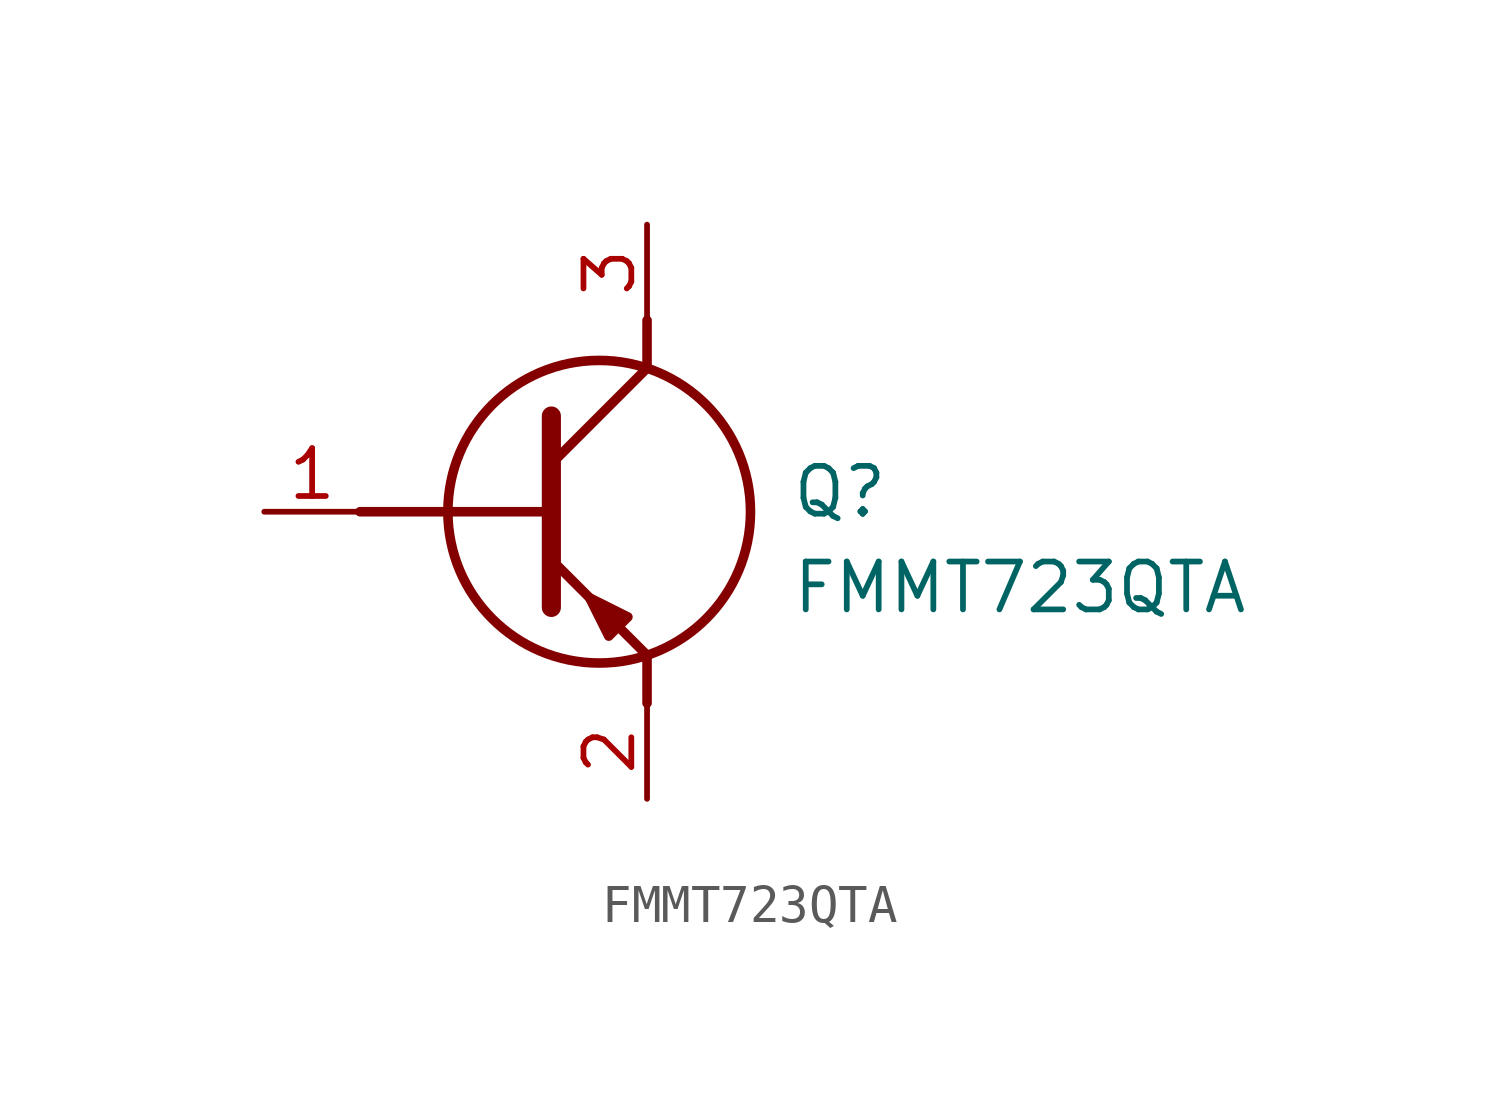
<source format=kicad_sym>
(kicad_symbol_lib
  (version 20211014)
  (generator SamacSys_ECAD_Model)
  (symbol "FMMT723QTA"
    (pin_names hide)
    (property "Reference" "Q"
      (at 13.97 1.27 0)
      (effects (font (size 1.27 1.27)) (justify left top)))
    (property "Value" "FMMT723QTA"
      (at 13.97 -1.27 0)
      (effects (font (size 1.27 1.27)) (justify left top)))
    (polyline
      (pts (xy 7.62 2.54) (xy 7.62 -2.54))
      (stroke (width 0.508) (type default))
      (fill (type none)))
    (polyline
      (pts (xy 7.62 1.27) (xy 10.16 3.81))
      (stroke (width 0.254) (type default))
      (fill (type none)))
    (polyline
      (pts (xy 7.62 -1.27) (xy 10.16 -3.81))
      (stroke (width 0.254) (type default))
      (fill (type none)))
    (polyline
      (pts (xy 10.16 -3.81) (xy 10.16 -5.08))
      (stroke (width 0.254) (type default))
      (fill (type none)))
    (polyline
      (pts (xy 10.16 3.81) (xy 10.16 5.08))
      (stroke (width 0.254) (type default))
      (fill (type none)))
    (polyline
      (pts (xy 2.54 0) (xy 7.62 0))
      (stroke (width 0.254) (type default))
      (fill (type none)))
    (circle
      (center 8.89 0)
      (radius 4.016)
      (stroke (width 0.254) (type default))
      (fill (type none)))
    (polyline
      (pts (xy 9.652 -2.794) (xy 9.144 -3.302) (xy 8.636 -2.286) (xy 9.652 -2.794))
      (stroke (width 0.254) (type default))
      (fill (type outline)))
    (pin passive line
      (at 0 0 0)
      (length 2.54)
      (name "B" (effects (font (size 1.27 1.27))))
      (number "1" (effects (font (size 1.27 1.27)))))
    (pin passive line
      (at 10.16 -7.62 90)
      (length 2.54)
      (name "E" (effects (font (size 1.27 1.27))))
      (number "2" (effects (font (size 1.27 1.27)))))
    (pin passive line
      (at 10.16 7.62 270)
      (length 2.54)
      (name "C" (effects (font (size 1.27 1.27))))
      (number "3" (effects (font (size 1.27 1.27)))))))
</source>
